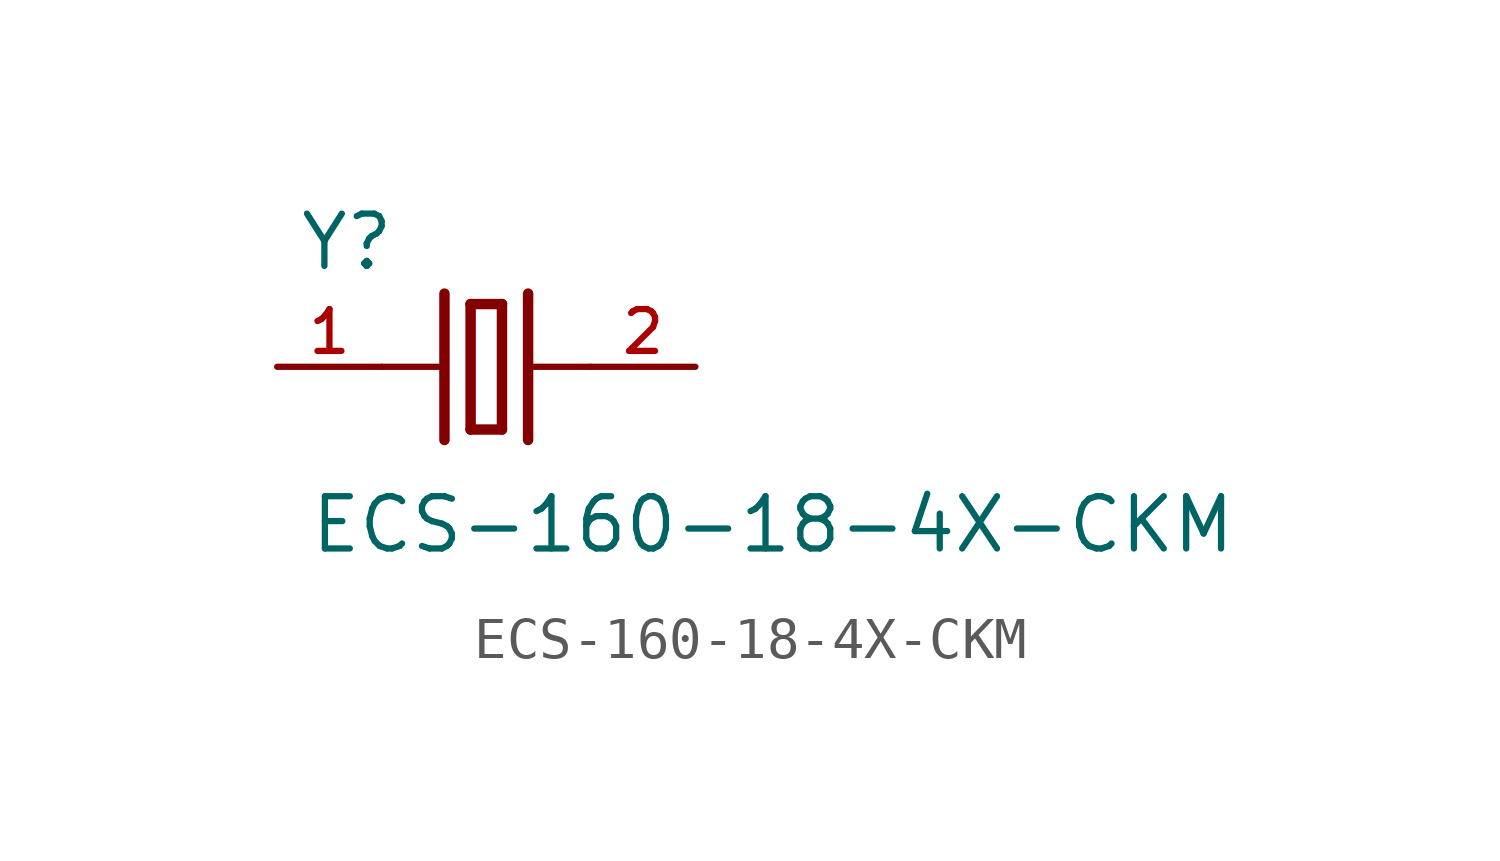
<source format=kicad_sym>
(kicad_symbol_lib
  (version 20211014)
  (generator kicad_symbol_editor)
  (symbol "ECS-160-18-4X-CKM"
    (pin_names
      (offset 1.016))
    (property "Reference" "Y"
      (at -4.577 2.288 0)
      (effects (font (size 1.27 1.27)) (justify bottom left)))
    (property "Value" "ECS-160-18-4X-CKM"
      (at -4.323 -4.577 0)
      (effects (font (size 1.27 1.27)) (justify bottom left)))
    (symbol "ECS-160-18-4X-CKM_0_0"
      (polyline (pts (xy 1.016 0.0) (xy 2.54 0.0)) (stroke (width 0.152)))
      (polyline (pts (xy -2.54 0.0) (xy -1.016 0.0)) (stroke (width 0.152)))
      (polyline (pts (xy -0.381 1.524) (xy -0.381 -1.524)) (stroke (width 0.254)))
      (polyline (pts (xy -0.381 -1.524) (xy 0.381 -1.524)) (stroke (width 0.254)))
      (polyline (pts (xy 0.381 -1.524) (xy 0.381 1.524)) (stroke (width 0.254)))
      (polyline (pts (xy 0.381 1.524) (xy -0.381 1.524)) (stroke (width 0.254)))
      (polyline (pts (xy 1.016 1.778) (xy 1.016 -1.778)) (stroke (width 0.254)))
      (polyline (pts (xy -1.016 1.778) (xy -1.016 -1.778)) (stroke (width 0.254)))
      (pin passive line (at 5.08 0.0 180.0) (length 2.54) (name "~" (effects (font (size 1.016 1.016)))) (number "2" (effects (font (size 1.016 1.016)))))
      (pin passive line (at -5.08 0.0 0) (length 2.54) (name "~" (effects (font (size 1.016 1.016)))) (number "1" (effects (font (size 1.016 1.016))))))))
</source>
